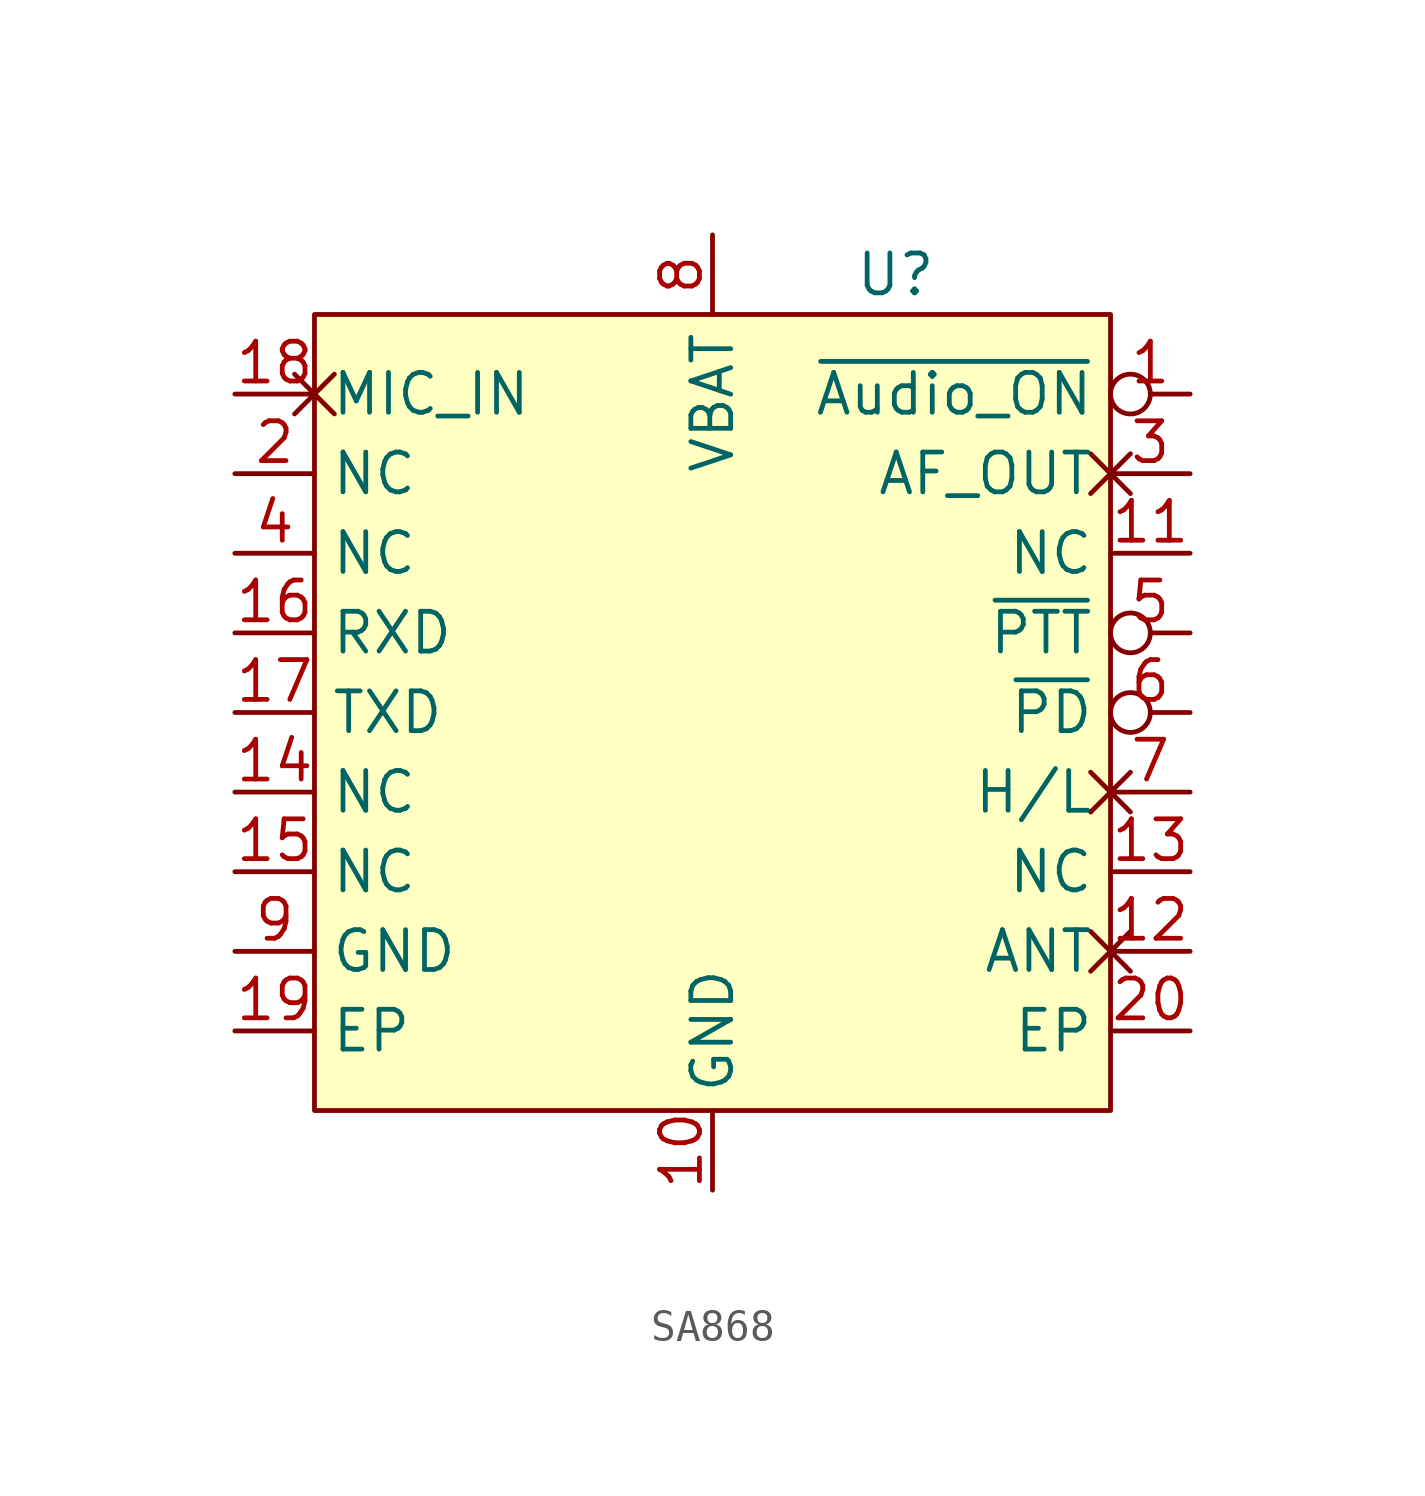
<source format=kicad_sym>
(kicad_symbol_lib
  (version 20231120)
  (generator "kicad_symbol_editor")
  (generator_version "8.0")
  (symbol "SA868"
    (property "Reference" "U"
      (at 5.842 0 0)
      (effects (font (size 1.27 1.27))))
    (property "Value" ""
      (at 0 0 0)
      (effects (font (size 1.27 1.27))))
    (symbol "SA868_1_1"
      (rectangle (start -12.7 -1.27) (end 12.7 -26.67) (stroke (width 0) (type default)) (fill (type background)))
      (pin output inverted (at 15.24 -3.81 180) (length 2.54) (name "~{Audio_ON}" (effects (font (size 1.27 1.27)))) (number "1" (effects (font (size 1.27 1.27)))))
      (pin power_in line (at 0 -29.21 90) (length 2.54) (name "GND" (effects (font (size 1.27 1.27)))) (number "10" (effects (font (size 1.27 1.27)))))
      (pin unspecified line (at 15.24 -8.89 180) (length 2.54) (name "NC" (effects (font (size 1.27 1.27)))) (number "11" (effects (font (size 1.27 1.27)))))
      (pin output non_logic (at 15.24 -21.59 180) (length 2.54) (name "ANT" (effects (font (size 1.27 1.27)))) (number "12" (effects (font (size 1.27 1.27)))))
      (pin unspecified line (at 15.24 -19.05 180) (length 2.54) (name "NC" (effects (font (size 1.27 1.27)))) (number "13" (effects (font (size 1.27 1.27)))))
      (pin unspecified line (at -15.24 -16.51 0) (length 2.54) (name "NC" (effects (font (size 1.27 1.27)))) (number "14" (effects (font (size 1.27 1.27)))))
      (pin unspecified line (at -15.24 -19.05 0) (length 2.54) (name "NC" (effects (font (size 1.27 1.27)))) (number "15" (effects (font (size 1.27 1.27)))))
      (pin input line (at -15.24 -11.43 0) (length 2.54) (name "RXD" (effects (font (size 1.27 1.27)))) (number "16" (effects (font (size 1.27 1.27)))))
      (pin output line (at -15.24 -13.97 0) (length 2.54) (name "TXD" (effects (font (size 1.27 1.27)))) (number "17" (effects (font (size 1.27 1.27)))))
      (pin input non_logic (at -15.24 -3.81 0) (length 2.54) (name "MIC_IN" (effects (font (size 1.27 1.27)))) (number "18" (effects (font (size 1.27 1.27)))))
      (pin power_in line (at -15.24 -24.13 0) (length 2.54) (name "EP" (effects (font (size 1.27 1.27)))) (number "19" (effects (font (size 1.27 1.27)))))
      (pin unspecified line (at -15.24 -6.35 0) (length 2.54) (name "NC" (effects (font (size 1.27 1.27)))) (number "2" (effects (font (size 1.27 1.27)))))
      (pin power_in line (at 15.24 -24.13 180) (length 2.54) (name "EP" (effects (font (size 1.27 1.27)))) (number "20" (effects (font (size 1.27 1.27)))))
      (pin output non_logic (at 15.24 -6.35 180) (length 2.54) (name "AF_OUT" (effects (font (size 1.27 1.27)))) (number "3" (effects (font (size 1.27 1.27)))))
      (pin unspecified line (at -15.24 -8.89 0) (length 2.54) (name "NC" (effects (font (size 1.27 1.27)))) (number "4" (effects (font (size 1.27 1.27)))))
      (pin input inverted (at 15.24 -11.43 180) (length 2.54) (name "~{PTT}" (effects (font (size 1.27 1.27)))) (number "5" (effects (font (size 1.27 1.27)))))
      (pin input inverted (at 15.24 -13.97 180) (length 2.54) (name "~{PD}" (effects (font (size 1.27 1.27)))) (number "6" (effects (font (size 1.27 1.27)))))
      (pin input non_logic (at 15.24 -16.51 180) (length 2.54) (name "H/L" (effects (font (size 1.27 1.27)))) (number "7" (effects (font (size 1.27 1.27)))))
      (pin power_in line (at 0 1.27 270) (length 2.54) (name "VBAT" (effects (font (size 1.27 1.27)))) (number "8" (effects (font (size 1.27 1.27)))))
      (pin power_in line (at -15.24 -21.59 0) (length 2.54) (name "GND" (effects (font (size 1.27 1.27)))) (number "9" (effects (font (size 1.27 1.27))))))))
</source>
